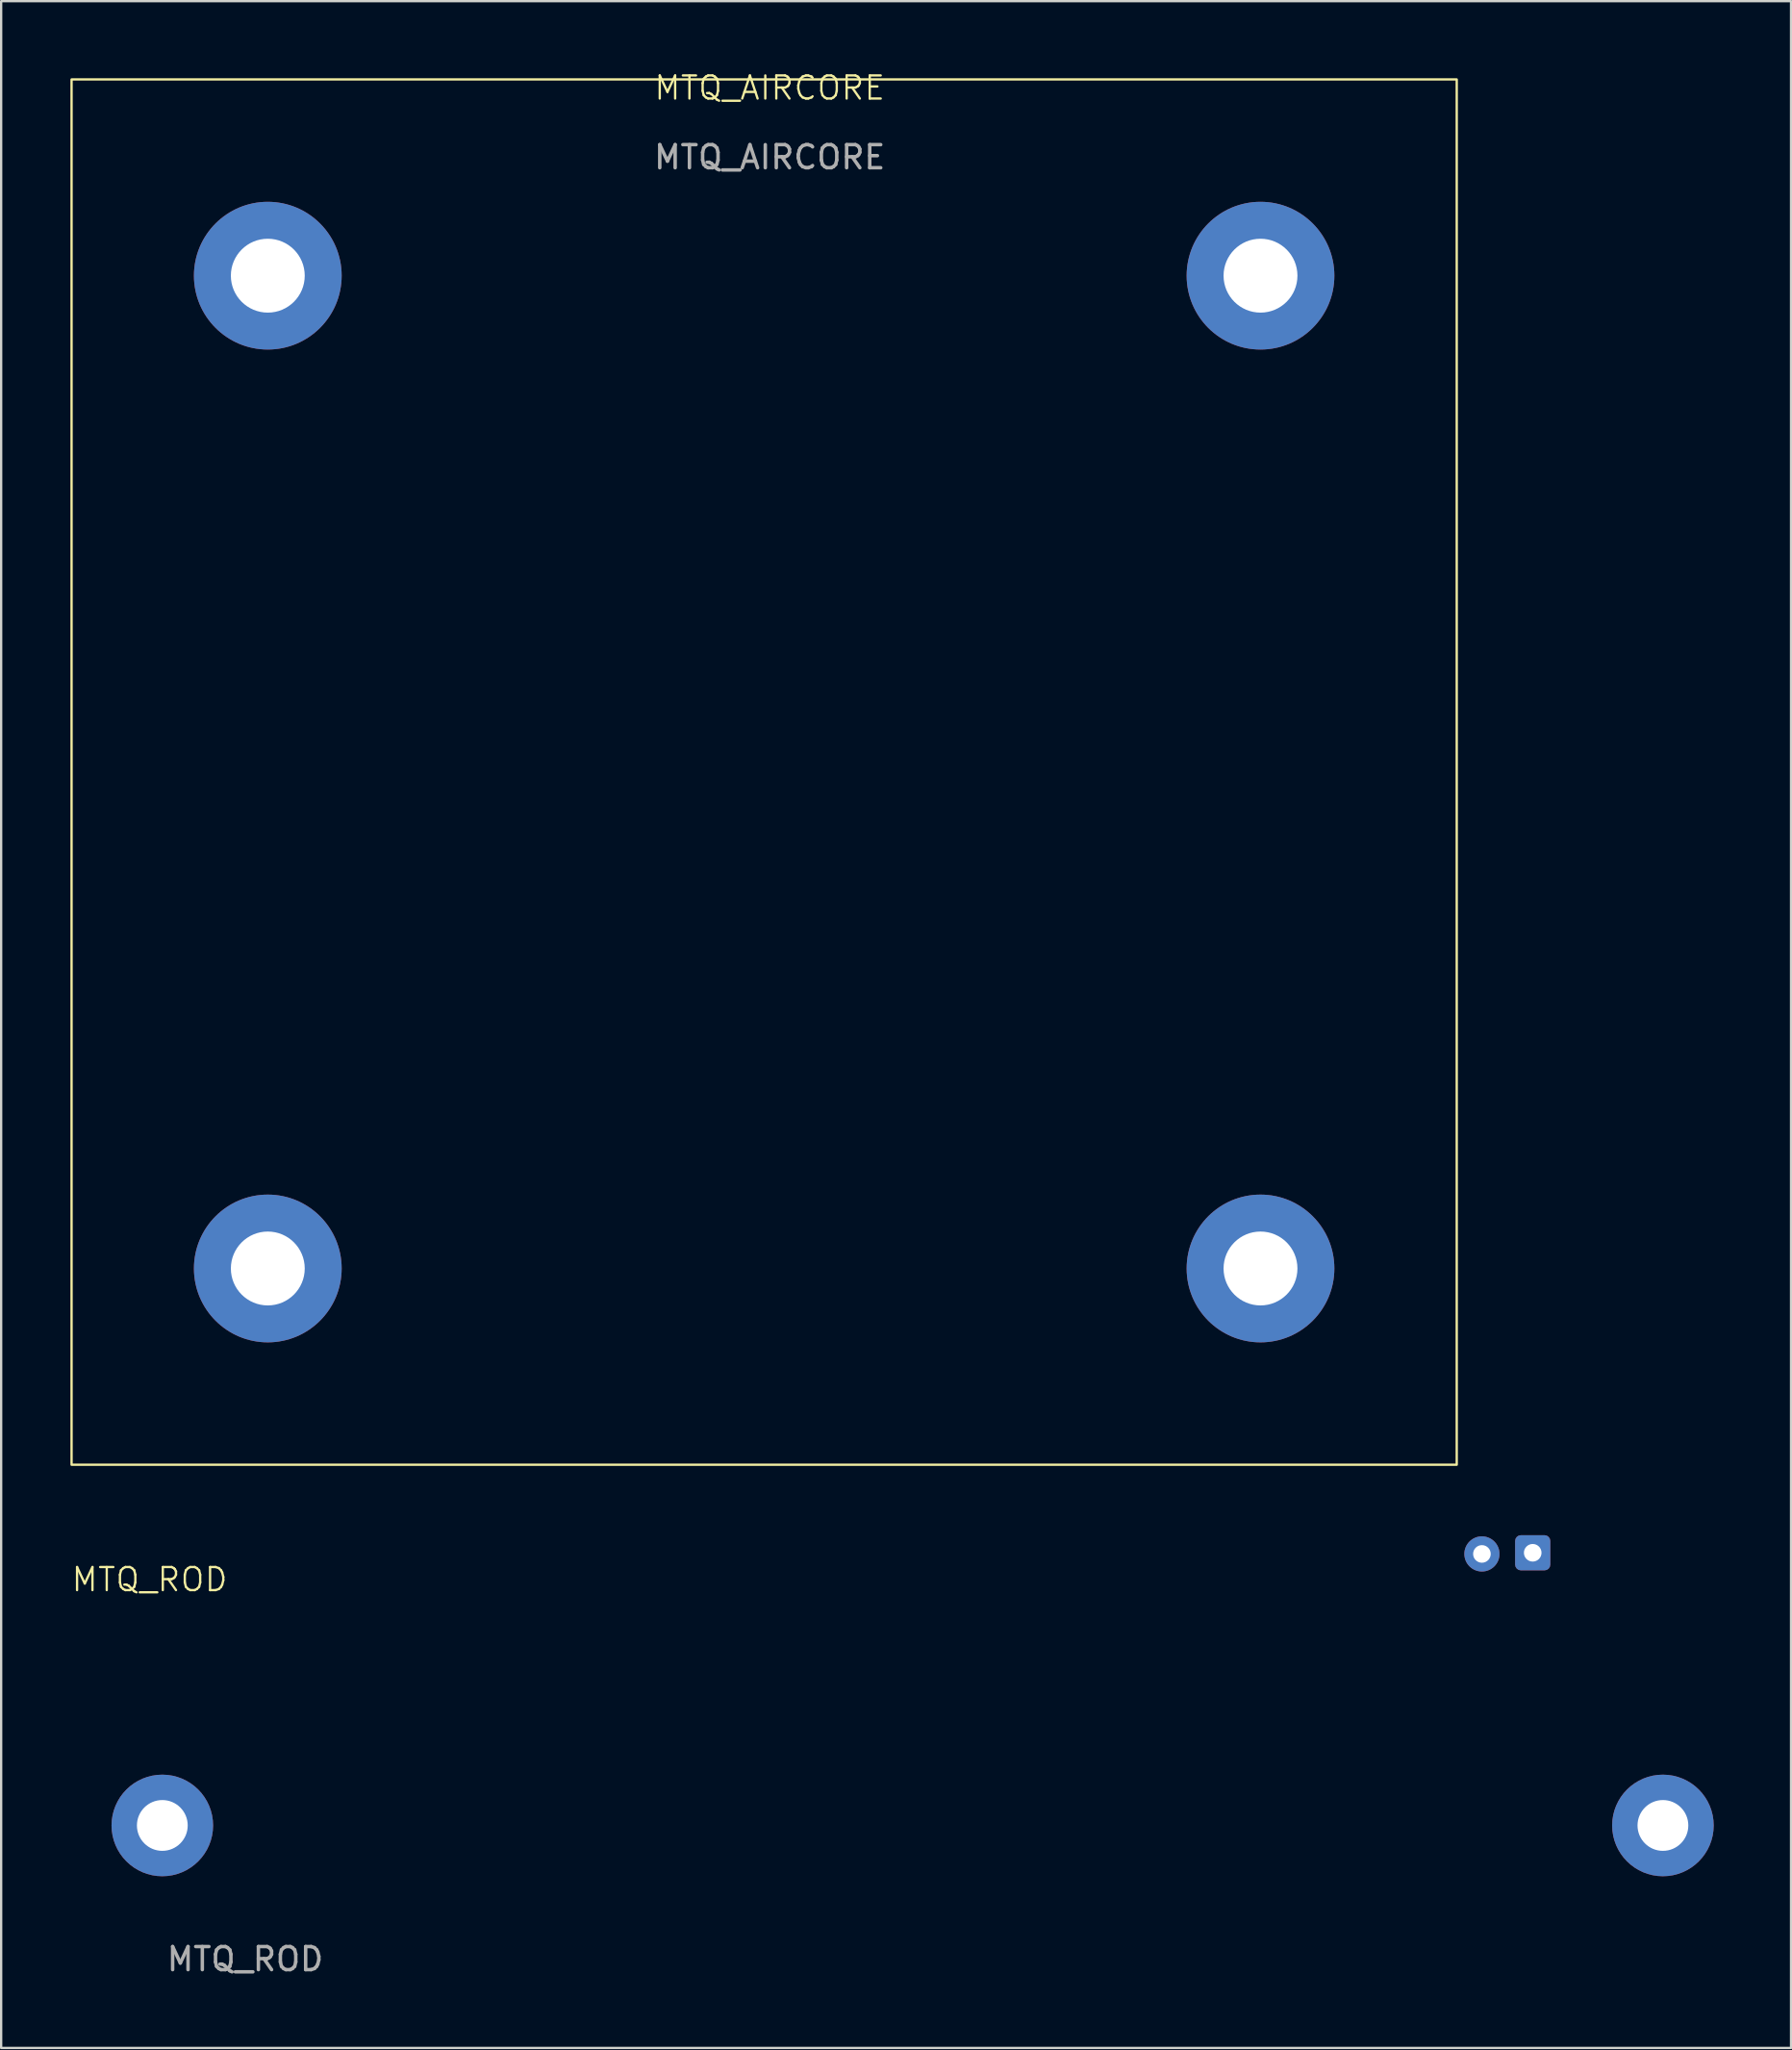
<source format=kicad_pcb>
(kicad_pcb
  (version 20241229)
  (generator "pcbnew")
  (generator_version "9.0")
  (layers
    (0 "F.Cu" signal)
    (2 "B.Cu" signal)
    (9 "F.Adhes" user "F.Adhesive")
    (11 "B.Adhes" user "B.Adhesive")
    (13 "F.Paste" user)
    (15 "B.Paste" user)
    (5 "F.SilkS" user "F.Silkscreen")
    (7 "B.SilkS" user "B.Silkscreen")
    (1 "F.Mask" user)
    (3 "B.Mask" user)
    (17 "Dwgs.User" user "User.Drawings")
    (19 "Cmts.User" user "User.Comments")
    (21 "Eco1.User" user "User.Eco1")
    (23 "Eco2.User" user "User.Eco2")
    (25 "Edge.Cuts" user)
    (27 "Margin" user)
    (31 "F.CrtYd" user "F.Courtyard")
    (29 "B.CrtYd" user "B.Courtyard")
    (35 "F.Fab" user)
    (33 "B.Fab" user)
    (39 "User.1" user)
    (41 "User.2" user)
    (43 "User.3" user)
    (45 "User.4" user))
  (footprint "MTQ_ROD"
    (layer "F.Cu")
    (at 1.481 78.513)
    (property "Reference" "MTQ_ROD" (at 1.95 -13.15 0) (unlocked yes) (layer "F.SilkS") (effects (font (size 1 1) (thickness 0.1))))
    (fp_rect (start 0 0) (end 5 -12) (stroke (width 0.1) (type default)) (fill no) (layer "User.2"))
    (fp_rect (start 0 0) (end 5 -5) (stroke (width 0.1) (type default)) (fill no) (layer "User.2"))
    (fp_rect (start 0 0) (end 70 -12) (stroke (width 0.1) (type default)) (fill no) (layer "User.2"))
    (fp_rect (start 65 0) (end 70 -12) (stroke (width 0.1) (type default)) (fill no) (layer "User.2"))
    (fp_rect (start 65 0) (end 70 -5) (stroke (width 0.1) (type default)) (fill no) (layer "User.2"))
    (fp_text user "${REFERENCE}" (at 6.09 3.29 0) (unlocked yes) (layer "F.Fab") (effects (font (size 1 1) (thickness 0.15))))
    (pad "1" thru_hole roundrect (at 61.86 -14.31) (size 1.524 1.524) (drill 0.762) (layers "*.Cu" "*.Mask") (roundrect_rratio 0.164))
    (pad "2" thru_hole circle (at 59.66 -14.26) (size 1.524 1.524) (drill 0.762) (layers "*.Cu" "*.Mask"))
    (pad "3" thru_hole circle (at 2.5 -2.5) (size 4.4 4.4) (drill 2.2) (layers "*.Cu" "*.Mask"))
    (pad "4" thru_hole circle (at 67.5 -2.5) (size 4.4 4.4) (drill 2.2) (layers "*.Cu" "*.Mask")))
  (footprint "MTQ_AIRCORE"
    (layer "F.Cu")
    (at 30.05 30.39)
    (property "Reference" "MTQ_AIRCORE" (at 0.24 -29.63 0) (unlocked yes) (layer "F.SilkS") (effects (font (size 1 1) (thickness 0.1))))
    (fp_rect (start -30 -30) (end 30 30) (stroke (width 0.1) (type default)) (fill no) (layer "F.SilkS"))
    (fp_text user "${REFERENCE}" (at 0.24 -26.63 0) (unlocked yes) (layer "F.Fab") (effects (font (size 1 1) (thickness 0.15))))
    (pad "3" thru_hole circle (at 21.5 21.5) (size 6.4 6.4) (drill 3.2) (layers "*.Cu" "*.Mask"))
    (pad "4" thru_hole circle (at 21.5 -21.5) (size 6.4 6.4) (drill 3.2) (layers "*.Cu" "*.Mask"))
    (pad "5" thru_hole circle (at -21.5 -21.5) (size 6.4 6.4) (drill 3.2) (layers "*.Cu" "*.Mask"))
    (pad "6" thru_hole circle (at -21.5 21.5) (size 6.4 6.4) (drill 3.2) (layers "*.Cu" "*.Mask")))
  (gr_rect
    (start -3 -3)
    (end 74.531 85.651)
    (stroke (width 0.1) (type default))
    (fill no)
    (layer "Edge.Cuts")))
</source>
